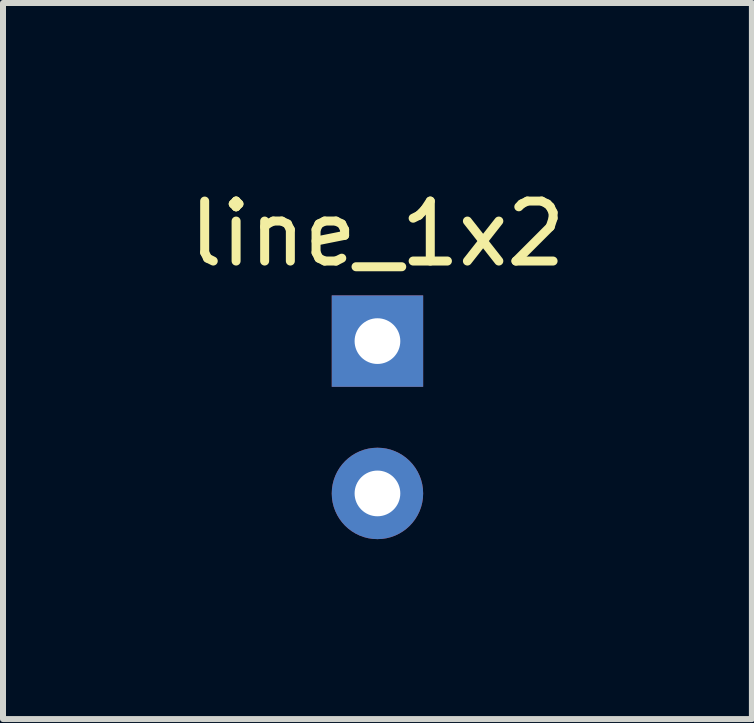
<source format=kicad_pcb>
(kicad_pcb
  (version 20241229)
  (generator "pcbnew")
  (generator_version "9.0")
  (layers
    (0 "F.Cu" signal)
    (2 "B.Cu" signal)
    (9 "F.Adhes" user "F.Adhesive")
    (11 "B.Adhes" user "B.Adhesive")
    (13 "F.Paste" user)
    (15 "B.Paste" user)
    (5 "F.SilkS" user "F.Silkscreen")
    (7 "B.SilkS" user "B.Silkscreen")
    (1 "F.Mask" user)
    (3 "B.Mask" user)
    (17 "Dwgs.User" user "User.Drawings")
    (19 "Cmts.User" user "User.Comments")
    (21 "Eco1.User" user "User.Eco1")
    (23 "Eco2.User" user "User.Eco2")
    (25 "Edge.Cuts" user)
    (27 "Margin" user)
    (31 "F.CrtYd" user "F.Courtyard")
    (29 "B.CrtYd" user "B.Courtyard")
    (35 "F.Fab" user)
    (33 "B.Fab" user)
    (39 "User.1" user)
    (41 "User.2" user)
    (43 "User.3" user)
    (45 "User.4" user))
  (footprint "line_1x2"
    (layer "F.Cu")
    (at 3.244 0.348)
    (property "Reference" "line_1x2" (at 0 0.5 0) (layer "F.SilkS") (effects (font (size 1 1) (thickness 0.15))))
    (attr through_hole)
    (pad "1" thru_hole rect (at 0 2.29) (size 1.524 1.524) (drill 0.762) (layers "*.Cu" "*.Mask"))
    (pad "2" thru_hole circle (at 0 4.83) (size 1.524 1.524) (drill 0.762) (layers "*.Cu" "*.Mask")))
  (gr_rect
    (start -3 -3)
    (end 9.488 8.94)
    (stroke (width 0.1) (type default))
    (fill no)
    (layer "Edge.Cuts")))
</source>
